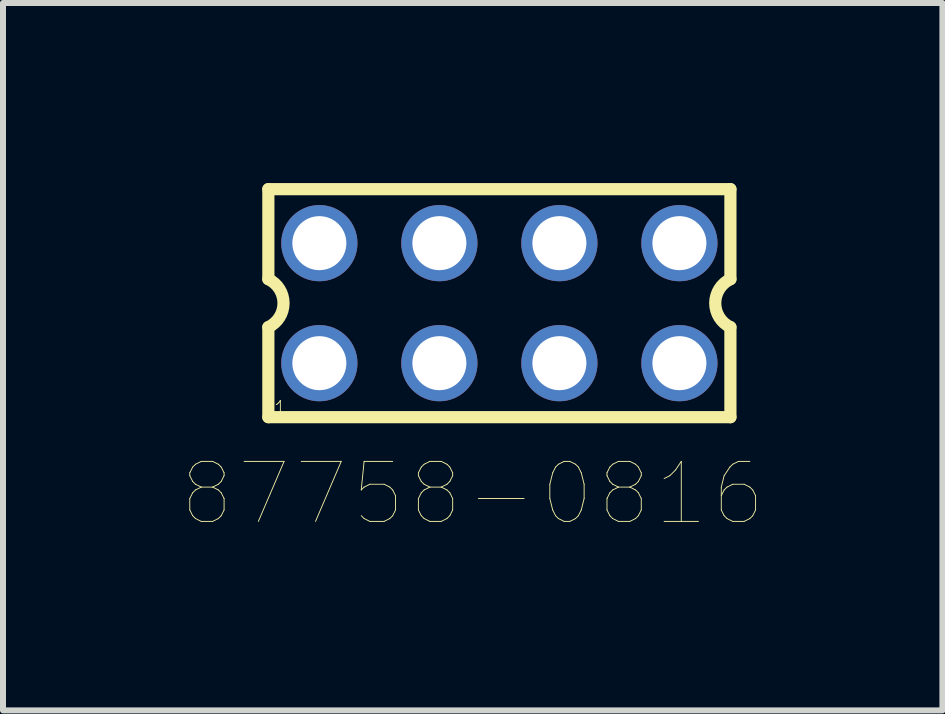
<source format=kicad_pcb>
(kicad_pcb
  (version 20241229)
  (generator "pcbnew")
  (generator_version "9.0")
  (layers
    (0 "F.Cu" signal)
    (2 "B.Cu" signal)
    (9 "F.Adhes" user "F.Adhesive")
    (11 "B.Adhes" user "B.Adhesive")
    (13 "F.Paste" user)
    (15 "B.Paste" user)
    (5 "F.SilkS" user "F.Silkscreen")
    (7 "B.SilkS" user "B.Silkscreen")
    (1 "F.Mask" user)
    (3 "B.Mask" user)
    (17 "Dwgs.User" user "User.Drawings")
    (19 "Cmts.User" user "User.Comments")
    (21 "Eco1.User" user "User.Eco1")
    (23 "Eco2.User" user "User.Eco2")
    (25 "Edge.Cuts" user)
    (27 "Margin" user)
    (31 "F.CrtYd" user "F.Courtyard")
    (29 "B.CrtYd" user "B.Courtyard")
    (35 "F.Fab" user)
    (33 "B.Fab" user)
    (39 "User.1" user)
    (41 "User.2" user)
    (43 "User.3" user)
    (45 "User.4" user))
  (footprint "87758-0816"
    (layer "F.Cu")
    (at 5.272 2.002)
    (property "Reference" "87758-0816" (at -0.445 3.175 0) (layer "F.SilkS") (effects (font (size 1 1) (thickness 0.015))))
    (attr through_hole)
    (fp_line (start -3.85 -1.9) (end -3.85 -0.4) (stroke (width 0.203) (type solid)) (layer "F.SilkS"))
    (fp_line (start -3.85 0.4) (end -3.85 1.9) (stroke (width 0.203) (type solid)) (layer "F.SilkS"))
    (fp_line (start -3.85 1.9) (end 3.85 1.9) (stroke (width 0.203) (type solid)) (layer "F.SilkS"))
    (fp_line (start 3.85 -1.9) (end -3.85 -1.9) (stroke (width 0.203) (type solid)) (layer "F.SilkS"))
    (fp_line (start 3.85 -0.4) (end 3.85 -1.9) (stroke (width 0.203) (type solid)) (layer "F.SilkS"))
    (fp_line (start 3.85 1.9) (end 3.85 0.4) (stroke (width 0.203) (type solid)) (layer "F.SilkS"))
    (fp_arc (start -3.85 -0.4) (mid -3.597167 0) (end -3.85 0.4) (stroke (width 0.2032) (type solid)) (layer "F.SilkS"))
    (fp_arc (start 3.85 0.4) (mid 3.597167 0) (end 3.85 -0.4) (stroke (width 0.2032) (type solid)) (layer "F.SilkS"))
    (fp_poly (pts (xy -3.25 -1.25) (xy -2.75 -1.25) (xy -2.75 -0.75) (xy -3.25 -0.75)) (stroke (width 0.01) (type solid)) (fill no) (layer "F.Fab"))
    (fp_poly (pts (xy -3.25 0.75) (xy -2.75 0.75) (xy -2.75 1.25) (xy -3.25 1.25)) (stroke (width 0.01) (type solid)) (fill no) (layer "F.Fab"))
    (fp_poly (pts (xy -1.25 -1.25) (xy -0.75 -1.25) (xy -0.75 -0.75) (xy -1.25 -0.75)) (stroke (width 0.01) (type solid)) (fill no) (layer "F.Fab"))
    (fp_poly (pts (xy -1.25 0.75) (xy -0.75 0.75) (xy -0.75 1.25) (xy -1.25 1.25)) (stroke (width 0.01) (type solid)) (fill no) (layer "F.Fab"))
    (fp_poly (pts (xy 0.75 -1.25) (xy 1.25 -1.25) (xy 1.25 -0.75) (xy 0.75 -0.75)) (stroke (width 0.01) (type solid)) (fill no) (layer "F.Fab"))
    (fp_poly (pts (xy 0.75 0.75) (xy 1.25 0.75) (xy 1.25 1.25) (xy 0.75 1.25)) (stroke (width 0.01) (type solid)) (fill no) (layer "F.Fab"))
    (fp_poly (pts (xy 2.75 -1.25) (xy 3.25 -1.25) (xy 3.25 -0.75) (xy 2.75 -0.75)) (stroke (width 0.01) (type solid)) (fill no) (layer "F.Fab"))
    (fp_poly (pts (xy 2.75 0.75) (xy 3.25 0.75) (xy 3.25 1.25) (xy 2.75 1.25)) (stroke (width 0.01) (type solid)) (fill no) (layer "F.Fab"))
    (fp_text user "1" (at -3.65 1.75 0) (layer "F.SilkS") (effects (font (size 0.24 0.24) (thickness 0.015))))
    (pad "1" thru_hole circle (at -3 1) (size 1.27 1.27) (drill 0.9) (layers "*.Cu" "*.Mask"))
    (pad "2" thru_hole circle (at -3 -1) (size 1.27 1.27) (drill 0.9) (layers "*.Cu" "*.Mask"))
    (pad "3" thru_hole circle (at -1 1) (size 1.27 1.27) (drill 0.9) (layers "*.Cu" "*.Mask"))
    (pad "4" thru_hole circle (at -1 -1) (size 1.27 1.27) (drill 0.9) (layers "*.Cu" "*.Mask"))
    (pad "5" thru_hole circle (at 1 1) (size 1.27 1.27) (drill 0.9) (layers "*.Cu" "*.Mask"))
    (pad "6" thru_hole circle (at 1 -1) (size 1.27 1.27) (drill 0.9) (layers "*.Cu" "*.Mask"))
    (pad "7" thru_hole circle (at 3 1) (size 1.27 1.27) (drill 0.9) (layers "*.Cu" "*.Mask"))
    (pad "8" thru_hole circle (at 3 -1) (size 1.27 1.27) (drill 0.9) (layers "*.Cu" "*.Mask")))
  (gr_rect
    (start -3 -3)
    (end 12.655 8.788)
    (stroke (width 0.1) (type default))
    (fill no)
    (layer "Edge.Cuts")))
</source>
